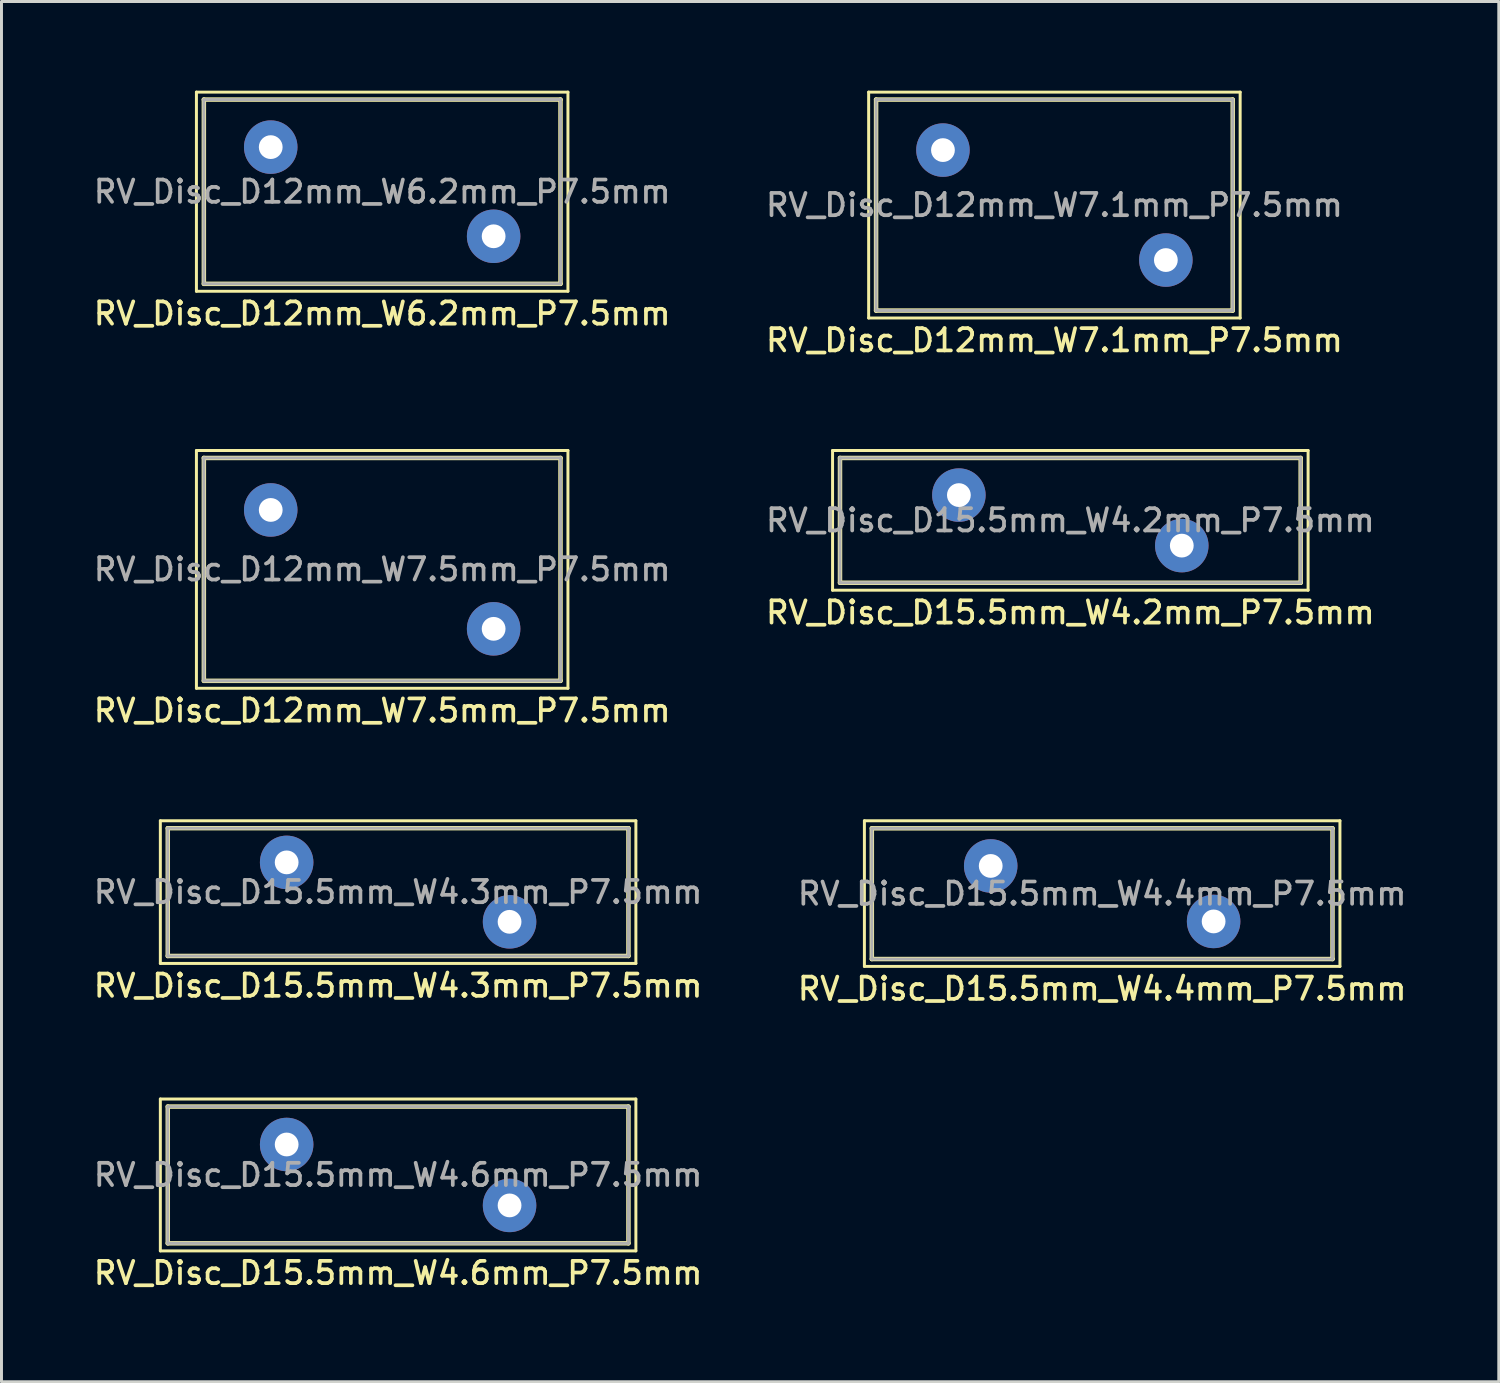
<source format=kicad_pcb>
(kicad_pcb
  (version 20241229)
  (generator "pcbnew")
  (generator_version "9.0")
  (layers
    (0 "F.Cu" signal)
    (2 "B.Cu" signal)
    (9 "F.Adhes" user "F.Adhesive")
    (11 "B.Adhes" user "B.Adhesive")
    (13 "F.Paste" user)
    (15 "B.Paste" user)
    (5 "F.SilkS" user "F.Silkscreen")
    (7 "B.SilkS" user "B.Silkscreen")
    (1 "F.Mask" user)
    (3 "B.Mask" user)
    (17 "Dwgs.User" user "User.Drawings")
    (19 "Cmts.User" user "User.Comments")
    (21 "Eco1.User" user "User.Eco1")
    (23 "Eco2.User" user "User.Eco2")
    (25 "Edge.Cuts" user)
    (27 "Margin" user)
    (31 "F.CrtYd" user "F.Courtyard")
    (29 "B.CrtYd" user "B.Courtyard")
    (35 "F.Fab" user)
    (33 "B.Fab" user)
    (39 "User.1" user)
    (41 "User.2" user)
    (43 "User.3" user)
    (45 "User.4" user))
  (footprint "RV_Disc_D15.5mm_W4.4mm_P7.5mm"
    (layer "F.Cu")
    (at 30.284 26.086)
    (property "Reference" "RV_Disc_D15.5mm_W4.4mm_P7.5mm" (at 3.75 4.133 0) (layer "F.SilkS") (effects (font (size 0.75 0.75) (thickness 0.125))))
    (attr through_hole)
    (fp_line (start -4.25 -1.52) (end -4.25 3.38) (stroke (width 0.1) (type solid)) (layer "F.SilkS"))
    (fp_line (start -4.25 -1.52) (end 11.75 -1.52) (stroke (width 0.1) (type solid)) (layer "F.SilkS"))
    (fp_line (start -4.25 3.38) (end 11.75 3.38) (stroke (width 0.1) (type solid)) (layer "F.SilkS"))
    (fp_line (start -4 -1.267) (end -4 3.133) (stroke (width 0.15) (type solid)) (layer "F.SilkS"))
    (fp_line (start -4 -1.267) (end 11.5 -1.267) (stroke (width 0.15) (type solid)) (layer "F.SilkS"))
    (fp_line (start -4 3.133) (end 11.5 3.133) (stroke (width 0.15) (type solid)) (layer "F.SilkS"))
    (fp_line (start 11.5 -1.267) (end 11.5 3.133) (stroke (width 0.15) (type solid)) (layer "F.SilkS"))
    (fp_line (start 11.75 -1.52) (end 11.75 3.38) (stroke (width 0.1) (type solid)) (layer "F.SilkS"))
    (fp_line (start -4 -1.267) (end -4 3.133) (stroke (width 0.1) (type solid)) (layer "F.Fab"))
    (fp_line (start -4 -1.267) (end 11.5 -1.267) (stroke (width 0.1) (type solid)) (layer "F.Fab"))
    (fp_line (start -4 3.133) (end 11.5 3.133) (stroke (width 0.1) (type solid)) (layer "F.Fab"))
    (fp_line (start 11.5 -1.267) (end 11.5 3.133) (stroke (width 0.1) (type solid)) (layer "F.Fab"))
    (fp_text user "${REFERENCE}" (at 3.75 0.933 0) (layer "F.Fab") (effects (font (size 0.75 0.75) (thickness 0.125))))
    (pad "1" thru_hole circle (at 0 0) (size 1.8 1.8) (drill 0.8) (layers "*.Cu" "*.Mask"))
    (pad "2" thru_hole circle (at 7.5 1.867) (size 1.8 1.8) (drill 0.8) (layers "*.Cu" "*.Mask")))
  (footprint "RV_Disc_D12mm_W6.2mm_P7.5mm"
    (layer "F.Cu")
    (at 6.059 1.9)
    (property "Reference" "RV_Disc_D12mm_W6.2mm_P7.5mm" (at 3.75 5.6 0) (layer "F.SilkS") (effects (font (size 0.75 0.75) (thickness 0.125))))
    (attr through_hole)
    (fp_line (start -2.5 -1.85) (end -2.5 4.85) (stroke (width 0.1) (type solid)) (layer "F.SilkS"))
    (fp_line (start -2.5 -1.85) (end 10 -1.85) (stroke (width 0.1) (type solid)) (layer "F.SilkS"))
    (fp_line (start -2.5 4.85) (end 10 4.85) (stroke (width 0.1) (type solid)) (layer "F.SilkS"))
    (fp_line (start -2.25 -1.6) (end -2.25 4.6) (stroke (width 0.15) (type solid)) (layer "F.SilkS"))
    (fp_line (start -2.25 -1.6) (end 9.75 -1.6) (stroke (width 0.15) (type solid)) (layer "F.SilkS"))
    (fp_line (start -2.25 4.6) (end 9.75 4.6) (stroke (width 0.15) (type solid)) (layer "F.SilkS"))
    (fp_line (start 9.75 -1.6) (end 9.75 4.6) (stroke (width 0.15) (type solid)) (layer "F.SilkS"))
    (fp_line (start 10 -1.85) (end 10 4.85) (stroke (width 0.1) (type solid)) (layer "F.SilkS"))
    (fp_line (start -2.25 -1.6) (end -2.25 4.6) (stroke (width 0.1) (type solid)) (layer "F.Fab"))
    (fp_line (start -2.25 -1.6) (end 9.75 -1.6) (stroke (width 0.1) (type solid)) (layer "F.Fab"))
    (fp_line (start -2.25 4.6) (end 9.75 4.6) (stroke (width 0.1) (type solid)) (layer "F.Fab"))
    (fp_line (start 9.75 -1.6) (end 9.75 4.6) (stroke (width 0.1) (type solid)) (layer "F.Fab"))
    (fp_text user "${REFERENCE}" (at 3.75 1.5 0) (layer "F.Fab") (effects (font (size 0.75 0.75) (thickness 0.125))))
    (pad "1" thru_hole circle (at 0 0) (size 1.8 1.8) (drill 0.8) (layers "*.Cu" "*.Mask"))
    (pad "2" thru_hole circle (at 7.5 3) (size 1.8 1.8) (drill 0.8) (layers "*.Cu" "*.Mask")))
  (footprint "RV_Disc_D15.5mm_W4.2mm_P7.5mm"
    (layer "F.Cu")
    (at 29.213 13.608)
    (property "Reference" "RV_Disc_D15.5mm_W4.2mm_P7.5mm" (at 3.75 3.95 0) (layer "F.SilkS") (effects (font (size 0.75 0.75) (thickness 0.125))))
    (attr through_hole)
    (fp_line (start -4.25 -1.5) (end -4.25 3.2) (stroke (width 0.1) (type solid)) (layer "F.SilkS"))
    (fp_line (start -4.25 -1.5) (end 11.75 -1.5) (stroke (width 0.1) (type solid)) (layer "F.SilkS"))
    (fp_line (start -4.25 3.2) (end 11.75 3.2) (stroke (width 0.1) (type solid)) (layer "F.SilkS"))
    (fp_line (start -4 -1.25) (end -4 2.95) (stroke (width 0.15) (type solid)) (layer "F.SilkS"))
    (fp_line (start -4 -1.25) (end 11.5 -1.25) (stroke (width 0.15) (type solid)) (layer "F.SilkS"))
    (fp_line (start -4 2.95) (end 11.5 2.95) (stroke (width 0.15) (type solid)) (layer "F.SilkS"))
    (fp_line (start 11.5 -1.25) (end 11.5 2.95) (stroke (width 0.15) (type solid)) (layer "F.SilkS"))
    (fp_line (start 11.75 -1.5) (end 11.75 3.2) (stroke (width 0.1) (type solid)) (layer "F.SilkS"))
    (fp_line (start -4 -1.25) (end -4 2.95) (stroke (width 0.1) (type solid)) (layer "F.Fab"))
    (fp_line (start -4 -1.25) (end 11.5 -1.25) (stroke (width 0.1) (type solid)) (layer "F.Fab"))
    (fp_line (start -4 2.95) (end 11.5 2.95) (stroke (width 0.1) (type solid)) (layer "F.Fab"))
    (fp_line (start 11.5 -1.25) (end 11.5 2.95) (stroke (width 0.1) (type solid)) (layer "F.Fab"))
    (fp_text user "${REFERENCE}" (at 3.75 0.85 0) (layer "F.Fab") (effects (font (size 0.75 0.75) (thickness 0.125))))
    (pad "1" thru_hole circle (at 0 0) (size 1.8 1.8) (drill 0.8) (layers "*.Cu" "*.Mask"))
    (pad "2" thru_hole circle (at 7.5 1.7) (size 1.8 1.8) (drill 0.8) (layers "*.Cu" "*.Mask")))
  (footprint "RV_Disc_D12mm_W7.1mm_P7.5mm"
    (layer "F.Cu")
    (at 28.677 2)
    (property "Reference" "RV_Disc_D12mm_W7.1mm_P7.5mm" (at 3.75 6.4 0) (layer "F.SilkS") (effects (font (size 0.75 0.75) (thickness 0.125))))
    (attr through_hole)
    (fp_line (start -2.5 -1.95) (end -2.5 5.65) (stroke (width 0.1) (type solid)) (layer "F.SilkS"))
    (fp_line (start -2.5 -1.95) (end 10 -1.95) (stroke (width 0.1) (type solid)) (layer "F.SilkS"))
    (fp_line (start -2.5 5.65) (end 10 5.65) (stroke (width 0.1) (type solid)) (layer "F.SilkS"))
    (fp_line (start -2.25 -1.7) (end -2.25 5.4) (stroke (width 0.15) (type solid)) (layer "F.SilkS"))
    (fp_line (start -2.25 -1.7) (end 9.75 -1.7) (stroke (width 0.15) (type solid)) (layer "F.SilkS"))
    (fp_line (start -2.25 5.4) (end 9.75 5.4) (stroke (width 0.15) (type solid)) (layer "F.SilkS"))
    (fp_line (start 9.75 -1.7) (end 9.75 5.4) (stroke (width 0.15) (type solid)) (layer "F.SilkS"))
    (fp_line (start 10 -1.95) (end 10 5.65) (stroke (width 0.1) (type solid)) (layer "F.SilkS"))
    (fp_line (start -2.25 -1.7) (end -2.25 5.4) (stroke (width 0.1) (type solid)) (layer "F.Fab"))
    (fp_line (start -2.25 -1.7) (end 9.75 -1.7) (stroke (width 0.1) (type solid)) (layer "F.Fab"))
    (fp_line (start -2.25 5.4) (end 9.75 5.4) (stroke (width 0.1) (type solid)) (layer "F.Fab"))
    (fp_line (start 9.75 -1.7) (end 9.75 5.4) (stroke (width 0.1) (type solid)) (layer "F.Fab"))
    (fp_text user "${REFERENCE}" (at 3.75 1.85 0) (layer "F.Fab") (effects (font (size 0.75 0.75) (thickness 0.125))))
    (pad "1" thru_hole circle (at 0 0) (size 1.8 1.8) (drill 0.8) (layers "*.Cu" "*.Mask"))
    (pad "2" thru_hole circle (at 7.5 3.7) (size 1.8 1.8) (drill 0.8) (layers "*.Cu" "*.Mask")))
  (footprint "RV_Disc_D15.5mm_W4.6mm_P7.5mm"
    (layer "F.Cu")
    (at 6.595 35.458)
    (property "Reference" "RV_Disc_D15.5mm_W4.6mm_P7.5mm" (at 3.75 4.325 0) (layer "F.SilkS") (effects (font (size 0.75 0.75) (thickness 0.125))))
    (attr through_hole)
    (fp_line (start -4.25 -1.53) (end -4.25 3.58) (stroke (width 0.1) (type solid)) (layer "F.SilkS"))
    (fp_line (start -4.25 -1.53) (end 11.75 -1.53) (stroke (width 0.1) (type solid)) (layer "F.SilkS"))
    (fp_line (start -4.25 3.58) (end 11.75 3.58) (stroke (width 0.1) (type solid)) (layer "F.SilkS"))
    (fp_line (start -4 -1.275) (end -4 3.325) (stroke (width 0.15) (type solid)) (layer "F.SilkS"))
    (fp_line (start -4 -1.275) (end 11.5 -1.275) (stroke (width 0.15) (type solid)) (layer "F.SilkS"))
    (fp_line (start -4 3.325) (end 11.5 3.325) (stroke (width 0.15) (type solid)) (layer "F.SilkS"))
    (fp_line (start 11.5 -1.275) (end 11.5 3.325) (stroke (width 0.15) (type solid)) (layer "F.SilkS"))
    (fp_line (start 11.75 -1.53) (end 11.75 3.58) (stroke (width 0.1) (type solid)) (layer "F.SilkS"))
    (fp_line (start -4 -1.275) (end -4 3.325) (stroke (width 0.1) (type solid)) (layer "F.Fab"))
    (fp_line (start -4 -1.275) (end 11.5 -1.275) (stroke (width 0.1) (type solid)) (layer "F.Fab"))
    (fp_line (start -4 3.325) (end 11.5 3.325) (stroke (width 0.1) (type solid)) (layer "F.Fab"))
    (fp_line (start 11.5 -1.275) (end 11.5 3.325) (stroke (width 0.1) (type solid)) (layer "F.Fab"))
    (fp_text user "${REFERENCE}" (at 3.75 1.025 0) (layer "F.Fab") (effects (font (size 0.75 0.75) (thickness 0.125))))
    (pad "1" thru_hole circle (at 0 0) (size 1.8 1.8) (drill 0.8) (layers "*.Cu" "*.Mask"))
    (pad "2" thru_hole circle (at 7.5 2.05) (size 1.8 1.8) (drill 0.8) (layers "*.Cu" "*.Mask")))
  (footprint "RV_Disc_D12mm_W7.5mm_P7.5mm"
    (layer "F.Cu")
    (at 6.059 14.108)
    (property "Reference" "RV_Disc_D12mm_W7.5mm_P7.5mm" (at 3.75 6.75 0) (layer "F.SilkS") (effects (font (size 0.75 0.75) (thickness 0.125))))
    (attr through_hole)
    (fp_line (start -2.5 -2) (end -2.5 6) (stroke (width 0.1) (type solid)) (layer "F.SilkS"))
    (fp_line (start -2.5 -2) (end 10 -2) (stroke (width 0.1) (type solid)) (layer "F.SilkS"))
    (fp_line (start -2.5 6) (end 10 6) (stroke (width 0.1) (type solid)) (layer "F.SilkS"))
    (fp_line (start -2.25 -1.75) (end -2.25 5.75) (stroke (width 0.15) (type solid)) (layer "F.SilkS"))
    (fp_line (start -2.25 -1.75) (end 9.75 -1.75) (stroke (width 0.15) (type solid)) (layer "F.SilkS"))
    (fp_line (start -2.25 5.75) (end 9.75 5.75) (stroke (width 0.15) (type solid)) (layer "F.SilkS"))
    (fp_line (start 9.75 -1.75) (end 9.75 5.75) (stroke (width 0.15) (type solid)) (layer "F.SilkS"))
    (fp_line (start 10 -2) (end 10 6) (stroke (width 0.1) (type solid)) (layer "F.SilkS"))
    (fp_line (start -2.25 -1.75) (end -2.25 5.75) (stroke (width 0.1) (type solid)) (layer "F.Fab"))
    (fp_line (start -2.25 -1.75) (end 9.75 -1.75) (stroke (width 0.1) (type solid)) (layer "F.Fab"))
    (fp_line (start -2.25 5.75) (end 9.75 5.75) (stroke (width 0.1) (type solid)) (layer "F.Fab"))
    (fp_line (start 9.75 -1.75) (end 9.75 5.75) (stroke (width 0.1) (type solid)) (layer "F.Fab"))
    (fp_text user "${REFERENCE}" (at 3.75 2 0) (layer "F.Fab") (effects (font (size 0.75 0.75) (thickness 0.125))))
    (pad "1" thru_hole circle (at 0 0) (size 1.8 1.8) (drill 0.8) (layers "*.Cu" "*.Mask"))
    (pad "2" thru_hole circle (at 7.5 4) (size 1.8 1.8) (drill 0.8) (layers "*.Cu" "*.Mask")))
  (footprint "RV_Disc_D15.5mm_W4.3mm_P7.5mm"
    (layer "F.Cu")
    (at 6.595 25.966)
    (property "Reference" "RV_Disc_D15.5mm_W4.3mm_P7.5mm" (at 3.75 4.15 0) (layer "F.SilkS") (effects (font (size 0.75 0.75) (thickness 0.125))))
    (attr through_hole)
    (fp_line (start -4.25 -1.4) (end -4.25 3.4) (stroke (width 0.1) (type solid)) (layer "F.SilkS"))
    (fp_line (start -4.25 -1.4) (end 11.75 -1.4) (stroke (width 0.1) (type solid)) (layer "F.SilkS"))
    (fp_line (start -4.25 3.4) (end 11.75 3.4) (stroke (width 0.1) (type solid)) (layer "F.SilkS"))
    (fp_line (start -4 -1.15) (end -4 3.15) (stroke (width 0.15) (type solid)) (layer "F.SilkS"))
    (fp_line (start -4 -1.15) (end 11.5 -1.15) (stroke (width 0.15) (type solid)) (layer "F.SilkS"))
    (fp_line (start -4 3.15) (end 11.5 3.15) (stroke (width 0.15) (type solid)) (layer "F.SilkS"))
    (fp_line (start 11.5 -1.15) (end 11.5 3.15) (stroke (width 0.15) (type solid)) (layer "F.SilkS"))
    (fp_line (start 11.75 -1.4) (end 11.75 3.4) (stroke (width 0.1) (type solid)) (layer "F.SilkS"))
    (fp_line (start -4 -1.15) (end -4 3.15) (stroke (width 0.1) (type solid)) (layer "F.Fab"))
    (fp_line (start -4 -1.15) (end 11.5 -1.15) (stroke (width 0.1) (type solid)) (layer "F.Fab"))
    (fp_line (start -4 3.15) (end 11.5 3.15) (stroke (width 0.1) (type solid)) (layer "F.Fab"))
    (fp_line (start 11.5 -1.15) (end 11.5 3.15) (stroke (width 0.1) (type solid)) (layer "F.Fab"))
    (fp_text user "${REFERENCE}" (at 3.75 1 0) (layer "F.Fab") (effects (font (size 0.75 0.75) (thickness 0.125))))
    (pad "1" thru_hole circle (at 0 0) (size 1.8 1.8) (drill 0.8) (layers "*.Cu" "*.Mask"))
    (pad "2" thru_hole circle (at 7.5 2) (size 1.8 1.8) (drill 0.8) (layers "*.Cu" "*.Mask")))
  (gr_rect
    (start -3 -3)
    (end 47.379 43.441)
    (stroke (width 0.1) (type default))
    (fill no)
    (layer "Edge.Cuts")))
</source>
